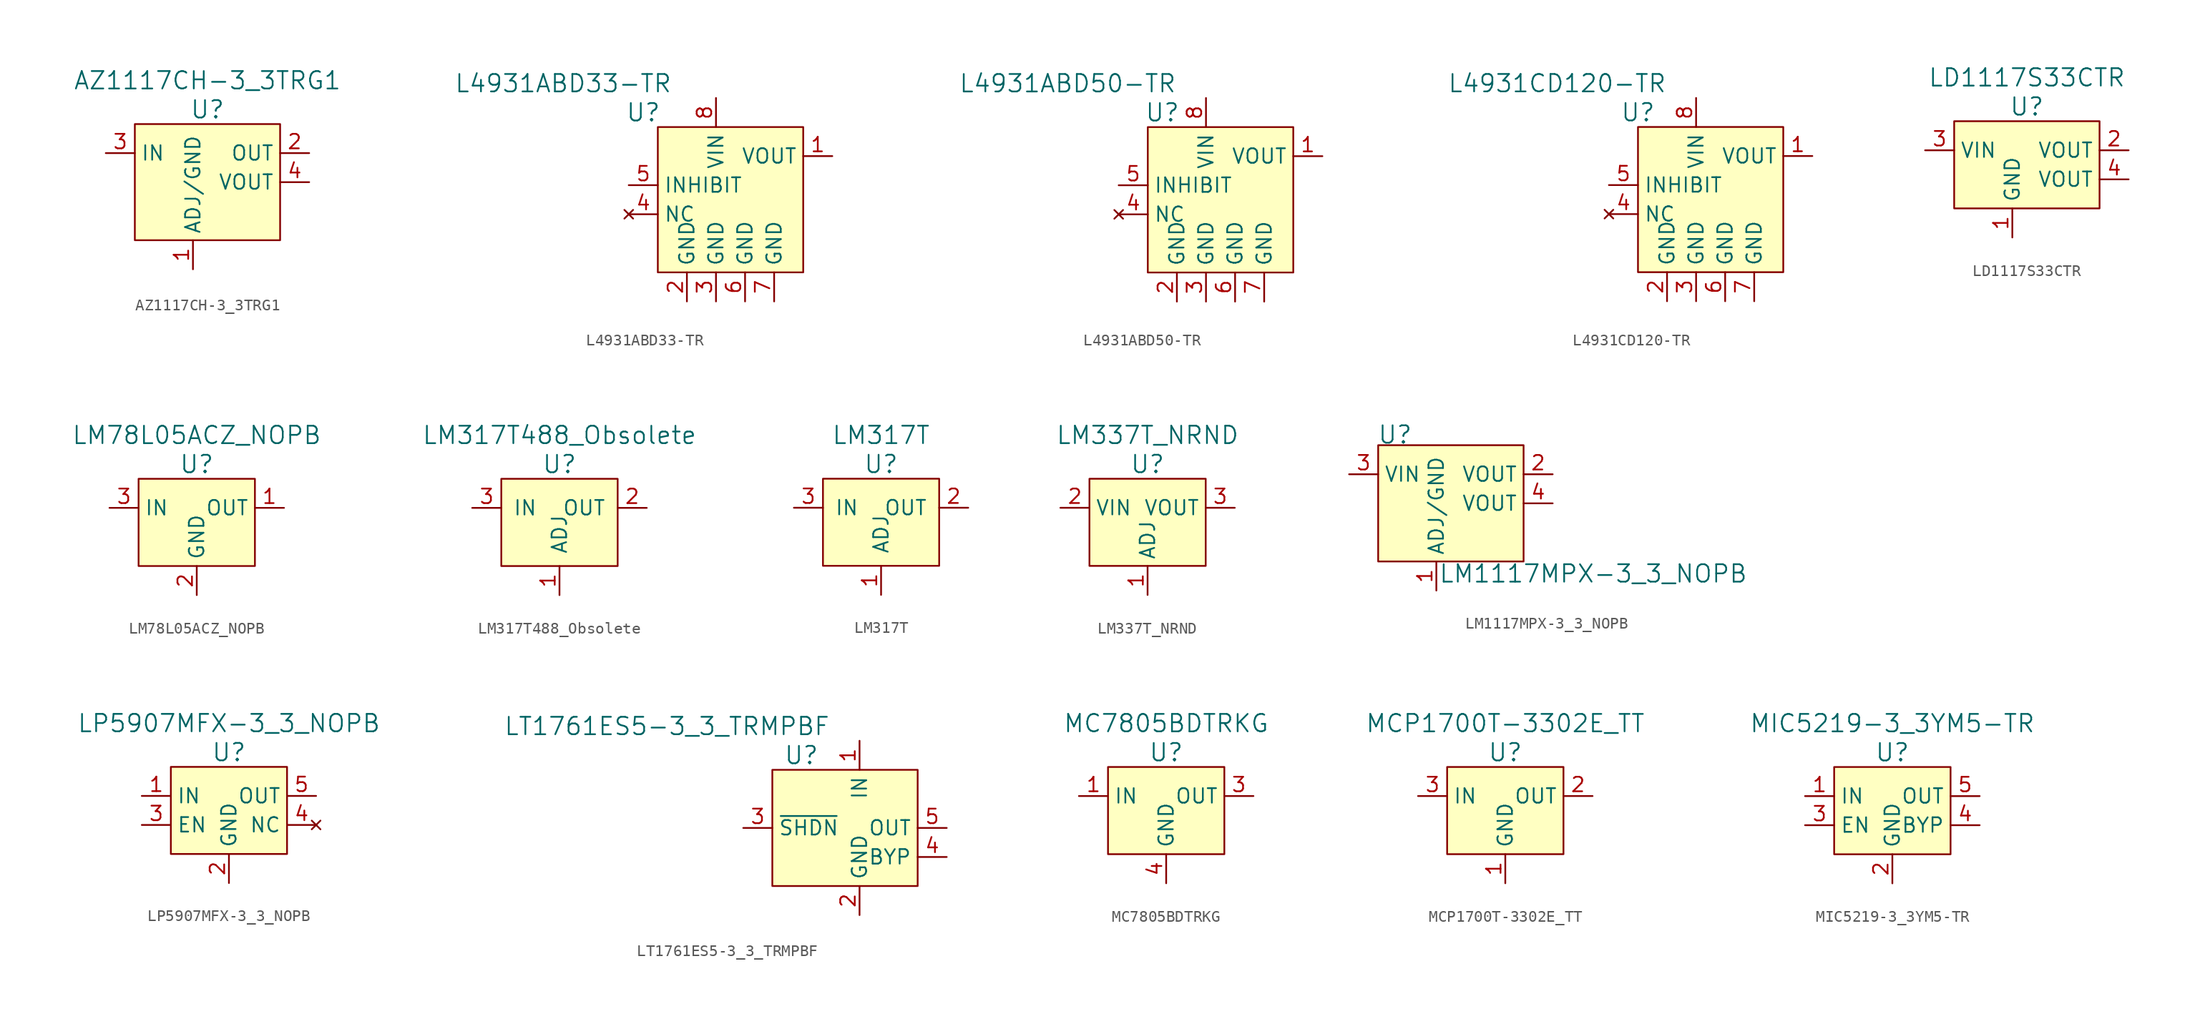
<source format=kicad_sym>
(kicad_symbol_lib
  (version 20231120)
  (generator "kicad_symbol_editor")
  (generator_version "8.0")
  (symbol "AZ1117CH-3_3TRG1"
    (property "Reference" "U"
      (at 1.27 3.81 0)
      (effects (font (size 1.524 1.524))))
    (property "Value" "AZ1117CH-3_3TRG1"
      (at 1.27 6.35 0)
      (effects (font (size 1.524 1.524))))
    (symbol "AZ1117CH-3_3TRG1_0_1"
      (rectangle (start -5.08 2.54) (end 7.62 -7.62) (stroke (width 0) (type solid)) (fill (type background))))
    (symbol "AZ1117CH-3_3TRG1_1_1"
      (pin power_in line (at 0 -10.16 90) (length 2.54) (name "ADJ/GND" (effects (font (size 1.27 1.27)))) (number "1" (effects (font (size 1.27 1.27)))))
      (pin power_out line (at 10.16 0 180) (length 2.54) (name "OUT" (effects (font (size 1.27 1.27)))) (number "2" (effects (font (size 1.27 1.27)))))
      (pin power_in line (at -7.62 0 0) (length 2.54) (name "IN" (effects (font (size 1.27 1.27)))) (number "3" (effects (font (size 1.27 1.27)))))
      (pin power_out line (at 10.16 -2.54 180) (length 2.54) (name "VOUT" (effects (font (size 1.27 1.27)))) (number "4" (effects (font (size 1.27 1.27)))))))
  (symbol "L4931ABD33-TR"
    (property "Reference" "U"
      (at -6.35 6.35 0)
      (effects (font (size 1.524 1.524))))
    (property "Value" "L4931ABD33-TR"
      (at -3.81 8.89 0)
      (effects (font (size 1.524 1.524)) (justify right)))
    (symbol "L4931ABD33-TR_0_1"
      (rectangle (start -5.08 5.08) (end 7.62 -7.62) (stroke (width 0) (type solid)) (fill (type background))))
    (symbol "L4931ABD33-TR_1_1"
      (pin power_out line (at 10.16 2.54 180) (length 2.54) (name "VOUT" (effects (font (size 1.27 1.27)))) (number "1" (effects (font (size 1.27 1.27)))))
      (pin power_in line (at -2.54 -10.16 90) (length 2.54) (name "GND" (effects (font (size 1.27 1.27)))) (number "2" (effects (font (size 1.27 1.27)))))
      (pin power_in line (at 0 -10.16 90) (length 2.54) (name "GND" (effects (font (size 1.27 1.27)))) (number "3" (effects (font (size 1.27 1.27)))))
      (pin no_connect line (at -7.62 -2.54 0) (length 2.54) (name "NC" (effects (font (size 1.27 1.27)))) (number "4" (effects (font (size 1.27 1.27)))))
      (pin input line (at -7.62 0 0) (length 2.54) (name "INHIBIT" (effects (font (size 1.27 1.27)))) (number "5" (effects (font (size 1.27 1.27)))))
      (pin power_in line (at 2.54 -10.16 90) (length 2.54) (name "GND" (effects (font (size 1.27 1.27)))) (number "6" (effects (font (size 1.27 1.27)))))
      (pin power_in line (at 5.08 -10.16 90) (length 2.54) (name "GND" (effects (font (size 1.27 1.27)))) (number "7" (effects (font (size 1.27 1.27)))))
      (pin power_in line (at 0 7.62 270) (length 2.54) (name "VIN" (effects (font (size 1.27 1.27)))) (number "8" (effects (font (size 1.27 1.27)))))))
  (symbol "L4931ABD50-TR"
    (property "Reference" "U"
      (at -6.35 6.35 0)
      (effects (font (size 1.524 1.524))))
    (property "Value" "L4931ABD50-TR"
      (at -5.08 8.89 0)
      (effects (font (size 1.524 1.524)) (justify right)))
    (symbol "L4931ABD50-TR_0_1"
      (rectangle (start -7.62 5.08) (end 5.08 -7.62) (stroke (width 0) (type solid)) (fill (type background))))
    (symbol "L4931ABD50-TR_1_1"
      (pin power_out line (at 7.62 2.54 180) (length 2.54) (name "VOUT" (effects (font (size 1.27 1.27)))) (number "1" (effects (font (size 1.27 1.27)))))
      (pin power_in line (at -5.08 -10.16 90) (length 2.54) (name "GND" (effects (font (size 1.27 1.27)))) (number "2" (effects (font (size 1.27 1.27)))))
      (pin power_in line (at -2.54 -10.16 90) (length 2.54) (name "GND" (effects (font (size 1.27 1.27)))) (number "3" (effects (font (size 1.27 1.27)))))
      (pin no_connect line (at -10.16 -2.54 0) (length 2.54) (name "NC" (effects (font (size 1.27 1.27)))) (number "4" (effects (font (size 1.27 1.27)))))
      (pin input line (at -10.16 0 0) (length 2.54) (name "INHIBIT" (effects (font (size 1.27 1.27)))) (number "5" (effects (font (size 1.27 1.27)))))
      (pin power_in line (at 0 -10.16 90) (length 2.54) (name "GND" (effects (font (size 1.27 1.27)))) (number "6" (effects (font (size 1.27 1.27)))))
      (pin power_in line (at 2.54 -10.16 90) (length 2.54) (name "GND" (effects (font (size 1.27 1.27)))) (number "7" (effects (font (size 1.27 1.27)))))
      (pin power_in line (at -2.54 7.62 270) (length 2.54) (name "VIN" (effects (font (size 1.27 1.27)))) (number "8" (effects (font (size 1.27 1.27)))))))
  (symbol "L4931CD120-TR"
    (property "Reference" "U"
      (at -5.08 6.35 0)
      (effects (font (size 1.524 1.524))))
    (property "Value" "L4931CD120-TR"
      (at -2.54 8.89 0)
      (effects (font (size 1.524 1.524)) (justify right)))
    (symbol "L4931CD120-TR_0_1"
      (rectangle (start -5.08 5.08) (end 7.62 -7.62) (stroke (width 0) (type solid)) (fill (type background))))
    (symbol "L4931CD120-TR_1_1"
      (pin power_out line (at 10.16 2.54 180) (length 2.54) (name "VOUT" (effects (font (size 1.27 1.27)))) (number "1" (effects (font (size 1.27 1.27)))))
      (pin power_in line (at -2.54 -10.16 90) (length 2.54) (name "GND" (effects (font (size 1.27 1.27)))) (number "2" (effects (font (size 1.27 1.27)))))
      (pin power_in line (at 0 -10.16 90) (length 2.54) (name "GND" (effects (font (size 1.27 1.27)))) (number "3" (effects (font (size 1.27 1.27)))))
      (pin no_connect line (at -7.62 -2.54 0) (length 2.54) (name "NC" (effects (font (size 1.27 1.27)))) (number "4" (effects (font (size 1.27 1.27)))))
      (pin input line (at -7.62 0 0) (length 2.54) (name "INHIBIT" (effects (font (size 1.27 1.27)))) (number "5" (effects (font (size 1.27 1.27)))))
      (pin power_in line (at 2.54 -10.16 90) (length 2.54) (name "GND" (effects (font (size 1.27 1.27)))) (number "6" (effects (font (size 1.27 1.27)))))
      (pin power_in line (at 5.08 -10.16 90) (length 2.54) (name "GND" (effects (font (size 1.27 1.27)))) (number "7" (effects (font (size 1.27 1.27)))))
      (pin power_in line (at 0 7.62 270) (length 2.54) (name "VIN" (effects (font (size 1.27 1.27)))) (number "8" (effects (font (size 1.27 1.27)))))))
  (symbol "LD1117S33CTR"
    (property "Reference" "U"
      (at 1.27 3.81 0)
      (effects (font (size 1.524 1.524))))
    (property "Value" "LD1117S33CTR"
      (at 1.27 6.35 0)
      (effects (font (size 1.524 1.524))))
    (symbol "LD1117S33CTR_1_1"
      (rectangle (start -5.08 2.54) (end 7.62 -5.08) (stroke (width 0) (type solid)) (fill (type background)))
      (pin power_in line (at 0 -7.62 90) (length 2.54) (name "GND" (effects (font (size 1.27 1.27)))) (number "1" (effects (font (size 1.27 1.27)))))
      (pin power_out line (at 10.16 0 180) (length 2.54) (name "VOUT" (effects (font (size 1.27 1.27)))) (number "2" (effects (font (size 1.27 1.27)))))
      (pin power_in line (at -7.62 0 0) (length 2.54) (name "VIN" (effects (font (size 1.27 1.27)))) (number "3" (effects (font (size 1.27 1.27)))))
      (pin power_out line (at 10.16 -2.54 180) (length 2.54) (name "VOUT" (effects (font (size 1.27 1.27)))) (number "4" (effects (font (size 1.27 1.27)))))))
  (symbol "LM78L05ACZ_NOPB"
    (property "Reference" "U"
      (at 0 3.81 0)
      (effects (font (size 1.524 1.524))))
    (property "Value" "LM78L05ACZ_NOPB"
      (at 0 6.35 0)
      (effects (font (size 1.524 1.524))))
    (symbol "LM78L05ACZ_NOPB_0_1"
      (rectangle (start -5.08 2.54) (end 5.08 -5.08) (stroke (width 0) (type solid)) (fill (type background))))
    (symbol "LM78L05ACZ_NOPB_1_1"
      (pin power_out line (at 7.62 0 180) (length 2.54) (name "OUT" (effects (font (size 1.27 1.27)))) (number "1" (effects (font (size 1.27 1.27)))))
      (pin power_in line (at 0 -7.62 90) (length 2.54) (name "GND" (effects (font (size 1.27 1.27)))) (number "2" (effects (font (size 1.27 1.27)))))
      (pin power_in line (at -7.62 0 0) (length 2.54) (name "IN" (effects (font (size 1.27 1.27)))) (number "3" (effects (font (size 1.27 1.27)))))))
  (symbol "LM317T488_Obsolete"
    (pin_names
      (offset 1.016))
    (property "Reference" "U"
      (at 0 3.81 0)
      (effects (font (size 1.524 1.524))))
    (property "Value" "LM317T488_Obsolete"
      (at 0 6.35 0)
      (effects (font (size 1.524 1.524))))
    (symbol "LM317T488_Obsolete_0_1"
      (rectangle (start -5.08 2.54) (end 5.08 -5.08) (stroke (width 0) (type solid)) (fill (type background))))
    (symbol "LM317T488_Obsolete_1_1"
      (pin input line (at 0 -7.62 90) (length 2.54) (name "ADJ" (effects (font (size 1.27 1.27)))) (number "1" (effects (font (size 1.27 1.27)))))
      (pin power_out line (at 7.62 0 180) (length 2.54) (name "OUT" (effects (font (size 1.27 1.27)))) (number "2" (effects (font (size 1.27 1.27)))))
      (pin power_in line (at -7.62 0 0) (length 2.54) (name "IN" (effects (font (size 1.27 1.27)))) (number "3" (effects (font (size 1.27 1.27)))))))
  (symbol "LM317T"
    (pin_names
      (offset 1.016))
    (property "Reference" "U"
      (at 0 3.81 0)
      (effects (font (size 1.524 1.524))))
    (property "Value" "LM317T"
      (at 0 6.35 0)
      (effects (font (size 1.524 1.524))))
    (symbol "LM317T_0_1"
      (rectangle (start -5.08 2.54) (end 5.08 -5.08) (stroke (width 0) (type solid)) (fill (type background))))
    (symbol "LM317T_1_1"
      (pin input line (at 0 -7.62 90) (length 2.54) (name "ADJ" (effects (font (size 1.27 1.27)))) (number "1" (effects (font (size 1.27 1.27)))))
      (pin power_out line (at 7.62 0 180) (length 2.54) (name "OUT" (effects (font (size 1.27 1.27)))) (number "2" (effects (font (size 1.27 1.27)))))
      (pin power_in line (at -7.62 0 0) (length 2.54) (name "IN" (effects (font (size 1.27 1.27)))) (number "3" (effects (font (size 1.27 1.27)))))))
  (symbol "LM337T_NRND"
    (property "Reference" "U"
      (at 0 3.81 0)
      (effects (font (size 1.524 1.524))))
    (property "Value" "LM337T_NRND"
      (at 0 6.35 0)
      (effects (font (size 1.524 1.524))))
    (symbol "LM337T_NRND_0_1"
      (rectangle (start -5.08 2.54) (end 5.08 -5.08) (stroke (width 0) (type solid)) (fill (type background))))
    (symbol "LM337T_NRND_1_1"
      (pin input line (at 0 -7.62 90) (length 2.54) (name "ADJ" (effects (font (size 1.27 1.27)))) (number "1" (effects (font (size 1.27 1.27)))))
      (pin power_in line (at -7.62 0 0) (length 2.54) (name "VIN" (effects (font (size 1.27 1.27)))) (number "2" (effects (font (size 1.27 1.27)))))
      (pin power_out line (at 7.62 0 180) (length 2.54) (name "VOUT" (effects (font (size 1.27 1.27)))) (number "3" (effects (font (size 1.27 1.27)))))))
  (symbol "LM1117MPX-3_3_NOPB"
    (property "Reference" "U"
      (at -7.696 3.454 0)
      (effects (font (size 1.524 1.524)) (justify left)))
    (property "Value" "LM1117MPX-3_3_NOPB"
      (at -2.362 -8.687 0)
      (effects (font (size 1.524 1.524)) (justify left)))
    (symbol "LM1117MPX-3_3_NOPB_0_1"
      (rectangle (start 5.08 2.54) (end -7.62 -7.62) (stroke (width 0) (type solid)) (fill (type background))))
    (symbol "LM1117MPX-3_3_NOPB_1_1"
      (pin power_in line (at -2.54 -10.16 90) (length 2.54) (name "ADJ/GND" (effects (font (size 1.27 1.27)))) (number "1" (effects (font (size 1.27 1.27)))))
      (pin power_out line (at 7.62 0 180) (length 2.54) (name "VOUT" (effects (font (size 1.27 1.27)))) (number "2" (effects (font (size 1.27 1.27)))))
      (pin power_in line (at -10.16 0 0) (length 2.54) (name "VIN" (effects (font (size 1.27 1.27)))) (number "3" (effects (font (size 1.27 1.27)))))
      (pin power_out line (at 7.62 -2.54 180) (length 2.54) (name "VOUT" (effects (font (size 1.27 1.27)))) (number "4" (effects (font (size 1.27 1.27)))))))
  (symbol "LP5907MFX-3_3_NOPB"
    (property "Reference" "U"
      (at 0 8.89 0)
      (effects (font (size 1.524 1.524))))
    (property "Value" "LP5907MFX-3_3_NOPB"
      (at 0 11.43 0)
      (effects (font (size 1.524 1.524))))
    (symbol "LP5907MFX-3_3_NOPB_0_1"
      (rectangle (start -5.08 7.62) (end 5.08 0) (stroke (width 0) (type solid)) (fill (type background))))
    (symbol "LP5907MFX-3_3_NOPB_1_1"
      (pin power_in line (at -7.62 5.08 0) (length 2.54) (name "IN" (effects (font (size 1.27 1.27)))) (number "1" (effects (font (size 1.27 1.27)))))
      (pin power_in line (at 0 -2.54 90) (length 2.54) (name "GND" (effects (font (size 1.27 1.27)))) (number "2" (effects (font (size 1.27 1.27)))))
      (pin input line (at -7.62 2.54 0) (length 2.54) (name "EN" (effects (font (size 1.27 1.27)))) (number "3" (effects (font (size 1.27 1.27)))))
      (pin no_connect line (at 7.62 2.54 180) (length 2.54) (name "NC" (effects (font (size 1.27 1.27)))) (number "4" (effects (font (size 1.27 1.27)))))
      (pin power_out line (at 7.62 5.08 180) (length 2.54) (name "OUT" (effects (font (size 1.27 1.27)))) (number "5" (effects (font (size 1.27 1.27)))))))
  (symbol "LT1761ES5-3_3_TRMPBF"
    (property "Reference" "U"
      (at -5.08 6.35 0)
      (effects (font (size 1.524 1.524))))
    (property "Value" "LT1761ES5-3_3_TRMPBF"
      (at -2.54 8.89 0)
      (effects (font (size 1.524 1.524)) (justify right)))
    (symbol "LT1761ES5-3_3_TRMPBF_0_1"
      (rectangle (start -7.62 5.08) (end 5.08 -5.08) (stroke (width 0) (type solid)) (fill (type background))))
    (symbol "LT1761ES5-3_3_TRMPBF_1_1"
      (pin power_in line (at 0 7.62 270) (length 2.54) (name "IN" (effects (font (size 1.27 1.27)))) (number "1" (effects (font (size 1.27 1.27)))))
      (pin power_in line (at 0 -7.62 90) (length 2.54) (name "GND" (effects (font (size 1.27 1.27)))) (number "2" (effects (font (size 1.27 1.27)))))
      (pin input line (at -10.16 0 0) (length 2.54) (name "~{SHDN}" (effects (font (size 1.27 1.27)))) (number "3" (effects (font (size 1.27 1.27)))))
      (pin passive line (at 7.62 -2.54 180) (length 2.54) (name "BYP" (effects (font (size 1.27 1.27)))) (number "4" (effects (font (size 1.27 1.27)))))
      (pin power_out line (at 7.62 0 180) (length 2.54) (name "OUT" (effects (font (size 1.27 1.27)))) (number "5" (effects (font (size 1.27 1.27)))))))
  (symbol "MC7805BDTRKG"
    (property "Reference" "U"
      (at 0 3.81 0)
      (effects (font (size 1.524 1.524))))
    (property "Value" "MC7805BDTRKG"
      (at 0 6.35 0)
      (effects (font (size 1.524 1.524))))
    (symbol "MC7805BDTRKG_0_1"
      (rectangle (start -5.08 2.54) (end 5.08 -5.08) (stroke (width 0) (type solid)) (fill (type background))))
    (symbol "MC7805BDTRKG_1_1"
      (pin input line (at -7.62 0 0) (length 2.54) (name "IN" (effects (font (size 1.27 1.27)))) (number "1" (effects (font (size 1.27 1.27)))))
      (pin output line (at 7.62 0 180) (length 2.54) (name "OUT" (effects (font (size 1.27 1.27)))) (number "3" (effects (font (size 1.27 1.27)))))
      (pin power_in line (at 0 -7.62 90) (length 2.54) (name "GND" (effects (font (size 1.27 1.27)))) (number "4" (effects (font (size 1.27 1.27)))))))
  (symbol "MCP1700T-3302E_TT"
    (property "Reference" "U"
      (at 0 3.81 0)
      (effects (font (size 1.524 1.524))))
    (property "Value" "MCP1700T-3302E_TT"
      (at 0 6.35 0)
      (effects (font (size 1.524 1.524))))
    (symbol "MCP1700T-3302E_TT_0_1"
      (rectangle (start -5.08 2.54) (end 5.08 -5.08) (stroke (width 0) (type solid)) (fill (type background))))
    (symbol "MCP1700T-3302E_TT_1_1"
      (pin power_in line (at 0 -7.62 90) (length 2.54) (name "GND" (effects (font (size 1.27 1.27)))) (number "1" (effects (font (size 1.27 1.27)))))
      (pin power_out line (at 7.62 0 180) (length 2.54) (name "OUT" (effects (font (size 1.27 1.27)))) (number "2" (effects (font (size 1.27 1.27)))))
      (pin power_in line (at -7.62 0 0) (length 2.54) (name "IN" (effects (font (size 1.27 1.27)))) (number "3" (effects (font (size 1.27 1.27)))))))
  (symbol "MIC5219-3_3YM5-TR"
    (property "Reference" "U"
      (at 0 3.81 0)
      (effects (font (size 1.524 1.524))))
    (property "Value" "MIC5219-3_3YM5-TR"
      (at 0 6.35 0)
      (effects (font (size 1.524 1.524))))
    (symbol "MIC5219-3_3YM5-TR_0_1"
      (rectangle (start -5.08 2.54) (end 5.08 -5.08) (stroke (width 0) (type solid)) (fill (type background))))
    (symbol "MIC5219-3_3YM5-TR_1_1"
      (pin power_in line (at -7.62 0 0) (length 2.54) (name "IN" (effects (font (size 1.27 1.27)))) (number "1" (effects (font (size 1.27 1.27)))))
      (pin power_in line (at 0 -7.62 90) (length 2.54) (name "GND" (effects (font (size 1.27 1.27)))) (number "2" (effects (font (size 1.27 1.27)))))
      (pin input line (at -7.62 -2.54 0) (length 2.54) (name "EN" (effects (font (size 1.27 1.27)))) (number "3" (effects (font (size 1.27 1.27)))))
      (pin passive line (at 7.62 -2.54 180) (length 2.54) (name "BYP" (effects (font (size 1.27 1.27)))) (number "4" (effects (font (size 1.27 1.27)))))
      (pin power_out line (at 7.62 0 180) (length 2.54) (name "OUT" (effects (font (size 1.27 1.27)))) (number "5" (effects (font (size 1.27 1.27))))))))
</source>
